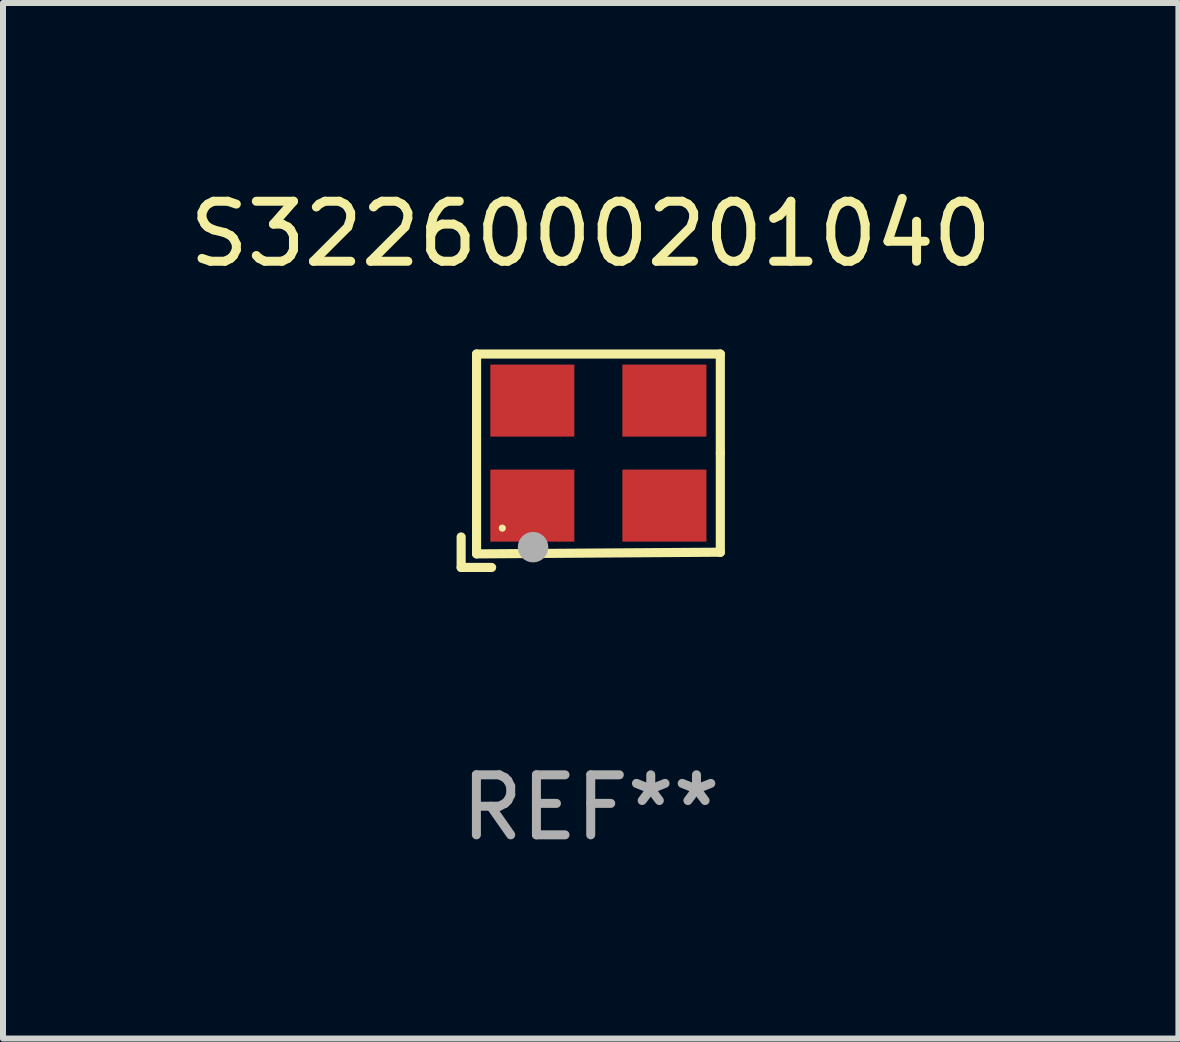
<source format=kicad_pcb>
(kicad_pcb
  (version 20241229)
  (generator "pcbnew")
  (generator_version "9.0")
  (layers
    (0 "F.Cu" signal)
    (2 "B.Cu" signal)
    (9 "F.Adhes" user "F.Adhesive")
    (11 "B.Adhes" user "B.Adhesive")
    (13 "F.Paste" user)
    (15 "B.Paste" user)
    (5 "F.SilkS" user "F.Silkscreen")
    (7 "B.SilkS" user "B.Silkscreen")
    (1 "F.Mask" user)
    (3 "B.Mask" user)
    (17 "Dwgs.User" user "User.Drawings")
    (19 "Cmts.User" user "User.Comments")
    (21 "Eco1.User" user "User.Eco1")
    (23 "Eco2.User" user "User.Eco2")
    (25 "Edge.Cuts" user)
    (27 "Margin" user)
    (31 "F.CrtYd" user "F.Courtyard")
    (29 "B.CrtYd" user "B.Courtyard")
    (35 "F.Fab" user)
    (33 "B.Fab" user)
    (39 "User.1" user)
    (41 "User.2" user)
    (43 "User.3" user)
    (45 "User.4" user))
  (footprint "S3226000201040"
    (layer "F.Cu")
    (at 6.792 4.626)
    (property "Reference" "S3226000201040" (at 0 -3.778 0) (layer "F.SilkS") (effects (font (size 1 1) (thickness 0.15))))
    (attr through_hole)
    (fp_line (start -2.159 1.27) (end -2.159 1.778) (stroke (width 0.152) (type solid)) (layer "F.SilkS"))
    (fp_line (start -2.159 1.778) (end -1.651 1.778) (stroke (width 0.152) (type solid)) (layer "F.SilkS"))
    (fp_line (start -1.902 -1.778) (end 2.159 -1.778) (stroke (width 0.152) (type solid)) (layer "F.SilkS"))
    (fp_line (start -1.902 1.552) (end -1.902 -1.778) (stroke (width 0.152) (type solid)) (layer "F.SilkS"))
    (fp_line (start 2.159 -1.778) (end 2.159 -0.127) (stroke (width 0.152) (type solid)) (layer "F.SilkS"))
    (fp_line (start 2.159 -0.127) (end 2.159 1.524) (stroke (width 0.152) (type solid)) (layer "F.SilkS"))
    (fp_line (start 2.159 1.524) (end -1.902 1.552) (stroke (width 0.152) (type solid)) (layer "F.SilkS"))
    (fp_line (start 2.159 1.524) (end 2.159 1.524) (stroke (width 0.152) (type solid)) (layer "F.SilkS"))
    (fp_circle (center -1.473 1.123) (end -1.443 1.123) (stroke (width 0.06) (type solid)) (fill no) (layer "F.SilkS"))
    (fp_circle (center -0.961 1.44) (end -0.834 1.44) (stroke (width 0.254) (type solid)) (fill no) (layer "F.Fab"))
    (fp_text user "REF**" (at 0 5.778 0) (layer "F.Fab") (effects (font (size 1 1) (thickness 0.15))))
    (pad "1" smd rect (at -0.973 0.748) (size 1.4 1.2) (layers "F.Cu" "F.Mask" "F.Paste"))
    (pad "2" smd rect (at 1.227 0.748) (size 1.4 1.2) (layers "F.Cu" "F.Mask" "F.Paste"))
    (pad "3" smd rect (at 1.227 -1.002) (size 1.4 1.2) (layers "F.Cu" "F.Mask" "F.Paste"))
    (pad "4" smd rect (at -0.973 -1.002) (size 1.4 1.2) (layers "F.Cu" "F.Mask" "F.Paste")))
  (gr_rect
    (start -3 -3)
    (end 16.583 14.253)
    (stroke (width 0.1) (type default))
    (fill no)
    (layer "Edge.Cuts")))
</source>
